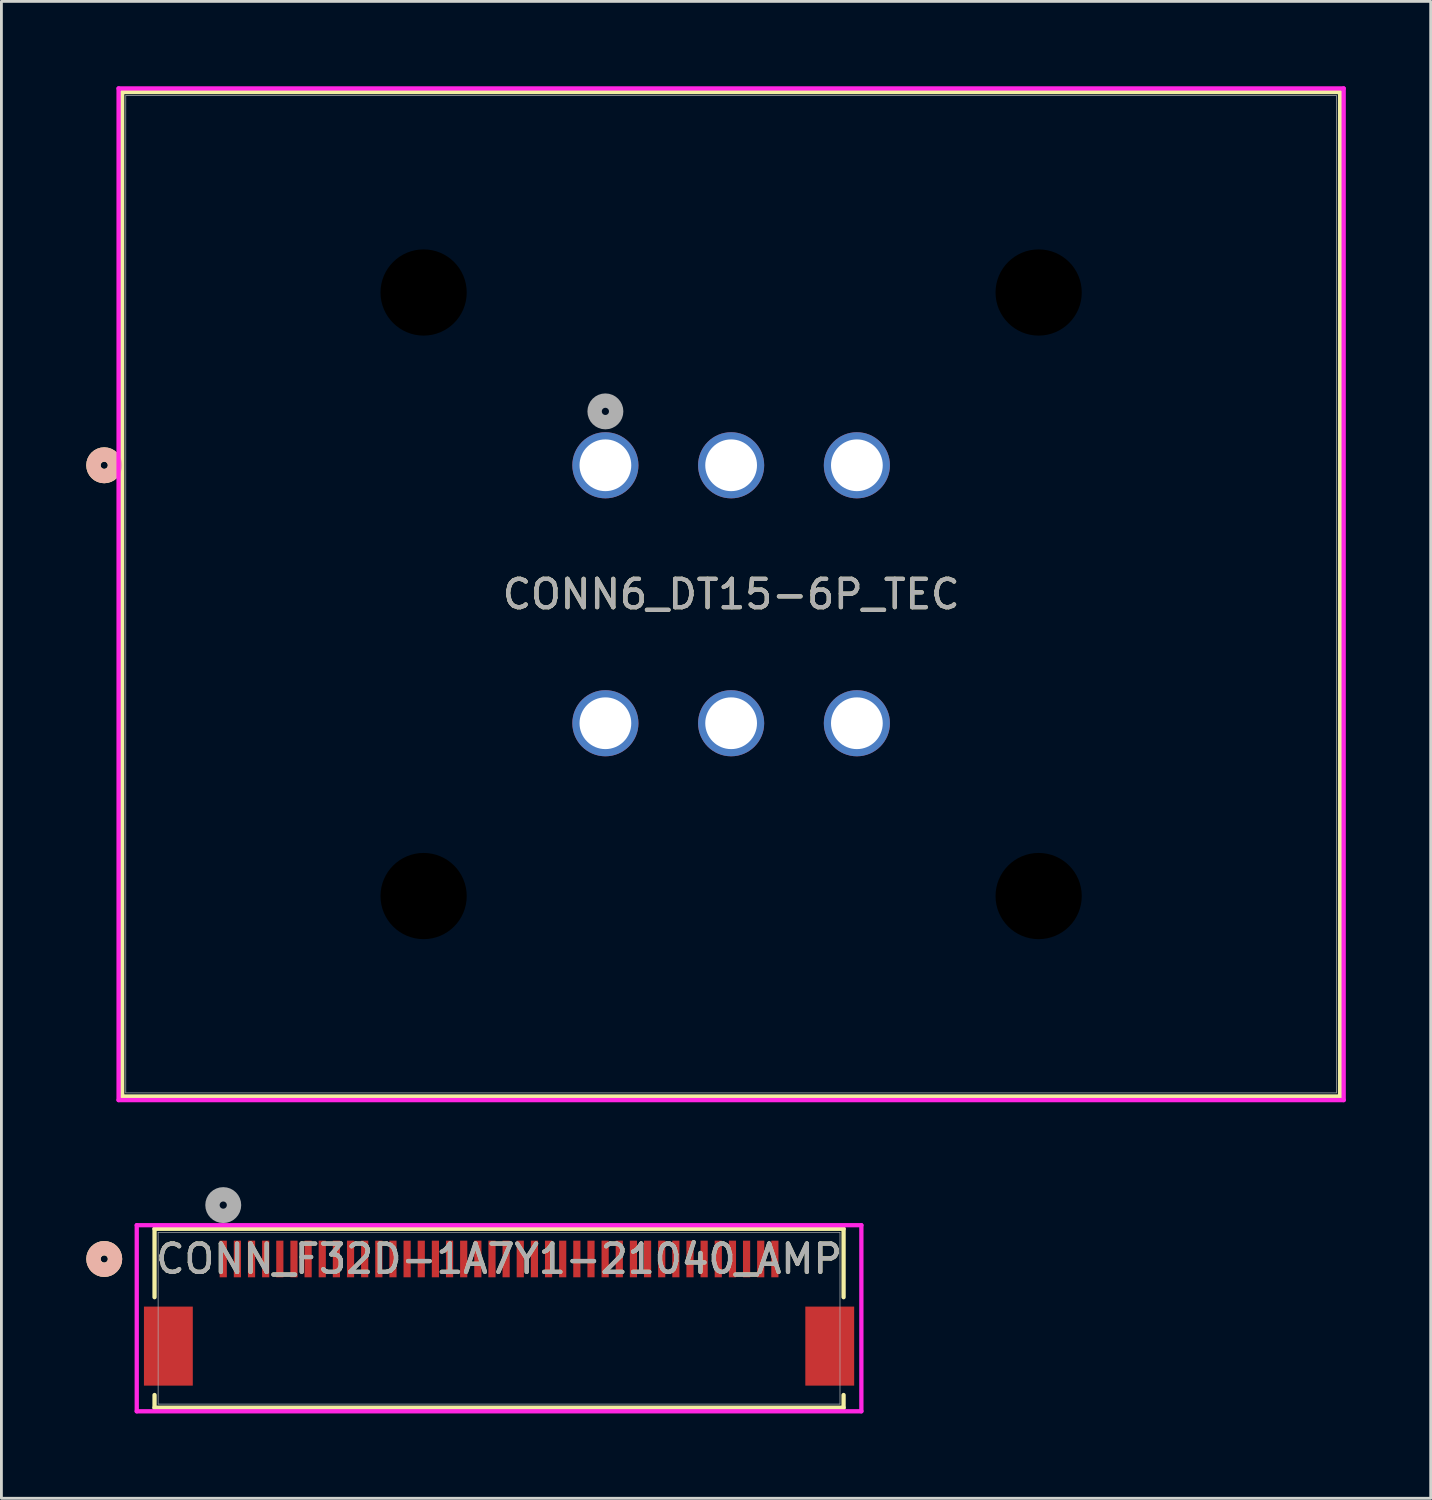
<source format=kicad_pcb>
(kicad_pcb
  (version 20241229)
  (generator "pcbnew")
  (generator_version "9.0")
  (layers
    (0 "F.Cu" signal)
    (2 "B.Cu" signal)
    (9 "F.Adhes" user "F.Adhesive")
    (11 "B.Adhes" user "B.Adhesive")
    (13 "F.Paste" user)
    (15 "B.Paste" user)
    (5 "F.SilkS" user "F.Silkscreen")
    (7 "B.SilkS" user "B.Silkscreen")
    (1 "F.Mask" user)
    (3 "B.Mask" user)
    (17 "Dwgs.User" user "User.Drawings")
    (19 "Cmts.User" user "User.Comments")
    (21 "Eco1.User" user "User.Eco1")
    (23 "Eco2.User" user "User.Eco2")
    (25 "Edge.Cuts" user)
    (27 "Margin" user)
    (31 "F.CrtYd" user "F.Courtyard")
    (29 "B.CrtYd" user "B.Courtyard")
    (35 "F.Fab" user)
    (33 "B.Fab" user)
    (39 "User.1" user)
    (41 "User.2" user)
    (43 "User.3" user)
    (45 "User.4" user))
  (footprint "CONN_F32D-1A7Y1-21040_AMP"
    (layer "F.Cu")
    (at 14.592 43.551)
    (property "Reference" "CONN_F32D-1A7Y1-21040_AMP" (at 0 -2.095 0) (unlocked yes) (layer "F.SilkS") (effects (font (size 1 1) (thickness 0.15))))
    (attr smd)
    (fp_line (start -12.179 -3.162) (end -12.179 -0.745) (stroke (width 0.152) (type solid)) (layer "F.SilkS"))
    (fp_line (start -12.179 2.714) (end -12.179 3.162) (stroke (width 0.152) (type solid)) (layer "F.SilkS"))
    (fp_line (start -12.179 3.162) (end 12.179 3.162) (stroke (width 0.152) (type solid)) (layer "F.SilkS"))
    (fp_line (start 12.179 -3.162) (end -12.179 -3.162) (stroke (width 0.152) (type solid)) (layer "F.SilkS"))
    (fp_line (start 12.179 -0.745) (end 12.179 -3.162) (stroke (width 0.152) (type solid)) (layer "F.SilkS"))
    (fp_line (start 12.179 3.162) (end 12.179 2.714) (stroke (width 0.152) (type solid)) (layer "F.SilkS"))
    (fp_circle (center -13.957 -2.095) (end -13.576 -2.095) (stroke (width 0.508) (type solid)) (fill no) (layer "F.SilkS"))
    (fp_circle (center -13.957 -2.095) (end -13.576 -2.095) (stroke (width 0.508) (type solid)) (fill no) (layer "B.SilkS"))
    (fp_line (start -12.808 -3.289) (end -12.808 3.289) (stroke (width 0.152) (type solid)) (layer "F.CrtYd"))
    (fp_line (start -12.808 3.289) (end 12.808 3.289) (stroke (width 0.152) (type solid)) (layer "F.CrtYd"))
    (fp_line (start 12.808 -3.289) (end -12.808 -3.289) (stroke (width 0.152) (type solid)) (layer "F.CrtYd"))
    (fp_line (start 12.808 3.289) (end 12.808 -3.289) (stroke (width 0.152) (type solid)) (layer "F.CrtYd"))
    (fp_line (start -12.052 -3.035) (end -12.052 3.035) (stroke (width 0.025) (type solid)) (layer "F.Fab"))
    (fp_line (start -12.052 3.035) (end 12.052 3.035) (stroke (width 0.025) (type solid)) (layer "F.Fab"))
    (fp_line (start 12.052 -3.035) (end -12.052 -3.035) (stroke (width 0.025) (type solid)) (layer "F.Fab"))
    (fp_line (start 12.052 3.035) (end 12.052 -3.035) (stroke (width 0.025) (type solid)) (layer "F.Fab"))
    (fp_circle (center -9.75 -4) (end -9.369 -4) (stroke (width 0.508) (type solid)) (fill no) (layer "F.Fab"))
    (fp_text user "${REFERENCE}" (at 0 -2.095 0) (unlocked yes) (layer "F.Fab") (effects (font (size 1 1) (thickness 0.15))))
    (pad "1" smd rect (at -9.75 -2.095) (size 0.254 1.295) (layers "F.Cu" "F.Mask" "F.Paste"))
    (pad "2" smd rect (at -9.25 -2.095) (size 0.254 1.295) (layers "F.Cu" "F.Mask" "F.Paste"))
    (pad "3" smd rect (at -8.75 -2.095) (size 0.254 1.295) (layers "F.Cu" "F.Mask" "F.Paste"))
    (pad "4" smd rect (at -8.25 -2.095) (size 0.254 1.295) (layers "F.Cu" "F.Mask" "F.Paste"))
    (pad "5" smd rect (at -7.75 -2.095) (size 0.254 1.295) (layers "F.Cu" "F.Mask" "F.Paste"))
    (pad "6" smd rect (at -7.25 -2.095) (size 0.254 1.295) (layers "F.Cu" "F.Mask" "F.Paste"))
    (pad "7" smd rect (at -6.75 -2.095) (size 0.254 1.295) (layers "F.Cu" "F.Mask" "F.Paste"))
    (pad "8" smd rect (at -6.25 -2.095) (size 0.254 1.295) (layers "F.Cu" "F.Mask" "F.Paste"))
    (pad "9" smd rect (at -5.75 -2.095) (size 0.254 1.295) (layers "F.Cu" "F.Mask" "F.Paste"))
    (pad "10" smd rect (at -5.25 -2.095) (size 0.254 1.295) (layers "F.Cu" "F.Mask" "F.Paste"))
    (pad "11" smd rect (at -4.75 -2.095) (size 0.254 1.295) (layers "F.Cu" "F.Mask" "F.Paste"))
    (pad "12" smd rect (at -4.25 -2.095) (size 0.254 1.295) (layers "F.Cu" "F.Mask" "F.Paste"))
    (pad "13" smd rect (at -3.75 -2.095) (size 0.254 1.295) (layers "F.Cu" "F.Mask" "F.Paste"))
    (pad "14" smd rect (at -3.25 -2.095) (size 0.254 1.295) (layers "F.Cu" "F.Mask" "F.Paste"))
    (pad "15" smd rect (at -2.75 -2.095) (size 0.254 1.295) (layers "F.Cu" "F.Mask" "F.Paste"))
    (pad "16" smd rect (at -2.25 -2.095) (size 0.254 1.295) (layers "F.Cu" "F.Mask" "F.Paste"))
    (pad "17" smd rect (at -1.75 -2.095) (size 0.254 1.295) (layers "F.Cu" "F.Mask" "F.Paste"))
    (pad "18" smd rect (at -1.25 -2.095) (size 0.254 1.295) (layers "F.Cu" "F.Mask" "F.Paste"))
    (pad "19" smd rect (at -0.75 -2.095) (size 0.254 1.295) (layers "F.Cu" "F.Mask" "F.Paste"))
    (pad "20" smd rect (at -0.25 -2.095) (size 0.254 1.295) (layers "F.Cu" "F.Mask" "F.Paste"))
    (pad "21" smd rect (at 0.25 -2.095) (size 0.254 1.295) (layers "F.Cu" "F.Mask" "F.Paste"))
    (pad "22" smd rect (at 0.75 -2.095) (size 0.254 1.295) (layers "F.Cu" "F.Mask" "F.Paste"))
    (pad "23" smd rect (at 1.25 -2.095) (size 0.254 1.295) (layers "F.Cu" "F.Mask" "F.Paste"))
    (pad "24" smd rect (at 1.75 -2.095) (size 0.254 1.295) (layers "F.Cu" "F.Mask" "F.Paste"))
    (pad "25" smd rect (at 2.25 -2.095) (size 0.254 1.295) (layers "F.Cu" "F.Mask" "F.Paste"))
    (pad "26" smd rect (at 2.75 -2.095) (size 0.254 1.295) (layers "F.Cu" "F.Mask" "F.Paste"))
    (pad "27" smd rect (at 3.25 -2.095) (size 0.254 1.295) (layers "F.Cu" "F.Mask" "F.Paste"))
    (pad "28" smd rect (at 3.75 -2.095) (size 0.254 1.295) (layers "F.Cu" "F.Mask" "F.Paste"))
    (pad "29" smd rect (at 4.25 -2.095) (size 0.254 1.295) (layers "F.Cu" "F.Mask" "F.Paste"))
    (pad "30" smd rect (at 4.75 -2.095) (size 0.254 1.295) (layers "F.Cu" "F.Mask" "F.Paste"))
    (pad "31" smd rect (at 5.25 -2.095) (size 0.254 1.295) (layers "F.Cu" "F.Mask" "F.Paste"))
    (pad "32" smd rect (at 5.75 -2.095) (size 0.254 1.295) (layers "F.Cu" "F.Mask" "F.Paste"))
    (pad "33" smd rect (at 6.25 -2.095) (size 0.254 1.295) (layers "F.Cu" "F.Mask" "F.Paste"))
    (pad "34" smd rect (at 6.75 -2.095) (size 0.254 1.295) (layers "F.Cu" "F.Mask" "F.Paste"))
    (pad "35" smd rect (at 7.25 -2.095) (size 0.254 1.295) (layers "F.Cu" "F.Mask" "F.Paste"))
    (pad "36" smd rect (at 7.75 -2.095) (size 0.254 1.295) (layers "F.Cu" "F.Mask" "F.Paste"))
    (pad "37" smd rect (at 8.25 -2.095) (size 0.254 1.295) (layers "F.Cu" "F.Mask" "F.Paste"))
    (pad "38" smd rect (at 8.75 -2.095) (size 0.254 1.295) (layers "F.Cu" "F.Mask" "F.Paste"))
    (pad "39" smd rect (at 9.25 -2.095) (size 0.254 1.295) (layers "F.Cu" "F.Mask" "F.Paste"))
    (pad "40" smd rect (at 9.75 -2.095) (size 0.254 1.295) (layers "F.Cu" "F.Mask" "F.Paste"))
    (pad "41" smd rect (at -11.69 0.985) (size 1.727 2.794) (layers "F.Cu" "F.Mask" "F.Paste"))
    (pad "42" smd rect (at 11.69 0.985) (size 1.727 2.794) (layers "F.Cu" "F.Mask" "F.Paste")))
  (footprint "CONN6_DT15-6P_TEC"
    (layer "F.Cu")
    (at 27.241 22.517)
    (property "Reference" "CONN6_DT15-6P_TEC" (at -4.445 -4.559 0) (unlocked yes) (layer "F.SilkS") (effects (font (size 1 1) (thickness 0.15))))
    (attr through_hole)
    (fp_line (start -25.971 -22.314) (end -25.971 13.195) (stroke (width 0.152) (type solid)) (layer "F.SilkS"))
    (fp_line (start -25.971 13.195) (end 17.081 13.195) (stroke (width 0.152) (type solid)) (layer "F.SilkS"))
    (fp_line (start 17.081 -22.314) (end -25.971 -22.314) (stroke (width 0.152) (type solid)) (layer "F.SilkS"))
    (fp_line (start 17.081 13.195) (end 17.081 -22.314) (stroke (width 0.152) (type solid)) (layer "F.SilkS"))
    (fp_circle (center -26.607 -9.119) (end -26.226 -9.119) (stroke (width 0.508) (type solid)) (fill no) (layer "F.SilkS"))
    (fp_circle (center -26.607 -9.119) (end -26.226 -9.119) (stroke (width 0.508) (type solid)) (fill no) (layer "B.SilkS"))
    (fp_line (start -26.099 -22.441) (end -26.099 13.322) (stroke (width 0.152) (type solid)) (layer "F.CrtYd"))
    (fp_line (start -26.099 13.322) (end 17.209 13.322) (stroke (width 0.152) (type solid)) (layer "F.CrtYd"))
    (fp_line (start 17.209 -22.441) (end -26.099 -22.441) (stroke (width 0.152) (type solid)) (layer "F.CrtYd"))
    (fp_line (start 17.209 13.322) (end 17.209 -22.441) (stroke (width 0.152) (type solid)) (layer "F.CrtYd"))
    (fp_line (start -25.845 -22.187) (end -25.845 13.068) (stroke (width 0.025) (type solid)) (layer "F.Fab"))
    (fp_line (start -25.845 13.068) (end 16.954 13.068) (stroke (width 0.025) (type solid)) (layer "F.Fab"))
    (fp_line (start 16.954 -22.187) (end -25.845 -22.187) (stroke (width 0.025) (type solid)) (layer "F.Fab"))
    (fp_line (start 16.954 13.068) (end 16.954 -22.187) (stroke (width 0.025) (type solid)) (layer "F.Fab"))
    (fp_circle (center -8.89 -11.024) (end -8.509 -11.024) (stroke (width 0.508) (type solid)) (fill no) (layer "F.Fab"))
    (fp_text user "${REFERENCE}" (at -4.445 -4.559 0) (unlocked yes) (layer "F.Fab") (effects (font (size 1 1) (thickness 0.15))))
    (pad "" np_thru_hole circle (at -15.316 -15.227) (size 3.048 3.048) (drill 3.048) (layers))
    (pad "" np_thru_hole circle (at -15.316 6.109) (size 3.048 3.048) (drill 3.048) (layers))
    (pad "" np_thru_hole circle (at 6.426 -15.227) (size 3.048 3.048) (drill 3.048) (layers))
    (pad "" np_thru_hole circle (at 6.426 6.109) (size 3.048 3.048) (drill 3.048) (layers))
    (pad "1" thru_hole circle (at -8.89 -9.119) (size 2.337 2.337) (drill 1.829) (layers "*.Cu" "*.Mask"))
    (pad "2" thru_hole circle (at -4.445 -9.119) (size 2.337 2.337) (drill 1.829) (layers "*.Cu" "*.Mask"))
    (pad "3" thru_hole circle (at 0 -9.119) (size 2.337 2.337) (drill 1.829) (layers "*.Cu" "*.Mask"))
    (pad "4" thru_hole circle (at 0 0) (size 2.337 2.337) (drill 1.829) (layers "*.Cu" "*.Mask"))
    (pad "5" thru_hole circle (at -4.445 0) (size 2.337 2.337) (drill 1.829) (layers "*.Cu" "*.Mask"))
    (pad "6" thru_hole circle (at -8.89 0) (size 2.337 2.337) (drill 1.829) (layers "*.Cu" "*.Mask"))
    (zone (net_name "") (layer "F.Cu") (hatch full 0.508) (connect_pads) (min_thickness 0.254) (filled_areas_thickness no) (keepout (tracks not_allowed) (vias not_allowed) (pads allowed) (copperpour not_allowed) (footprints allowed)) (placement (enabled no)) (fill) (polygon (pts (xy 10.198 23.05) (xy 13.652 23.05) (xy 17.361 26.607) (xy 17.361 30.416) (xy 13.652 34.227) (xy 10.198 34.227) (xy 6.617 30.416) (xy 6.617 26.607))))
    (zone (net_name "") (layer "F.Cu") (hatch full 0.508) (connect_pads) (min_thickness 0.254) (filled_areas_thickness no) (keepout (tracks not_allowed) (vias not_allowed) (pads allowed) (copperpour not_allowed) (footprints allowed)) (placement (enabled no)) (fill) (polygon (pts (xy 10.427 1.664) (xy 13.881 1.664) (xy 17.59 5.22) (xy 17.59 9.03) (xy 13.881 12.84) (xy 10.427 12.84) (xy 6.845 9.03) (xy 6.845 5.22))))
    (zone (net_name "") (layer "F.Cu") (hatch full 0.508) (connect_pads) (min_thickness 0.254) (filled_areas_thickness no) (keepout (tracks not_allowed) (vias not_allowed) (pads allowed) (copperpour not_allowed) (footprints allowed)) (placement (enabled no)) (fill) (polygon (pts (xy 31.941 23.05) (xy 35.395 23.05) (xy 39.103 26.607) (xy 39.103 30.416) (xy 35.395 34.227) (xy 31.941 34.227) (xy 28.359 30.416) (xy 28.359 26.607))))
    (zone (net_name "") (layer "F.Cu") (hatch full 0.508) (connect_pads) (min_thickness 0.254) (filled_areas_thickness no) (keepout (tracks not_allowed) (vias not_allowed) (pads allowed) (copperpour not_allowed) (footprints allowed)) (placement (enabled no)) (fill) (polygon (pts (xy 32.194 1.892) (xy 35.649 1.892) (xy 39.357 5.448) (xy 39.357 9.258) (xy 35.649 13.068) (xy 32.194 13.068) (xy 28.613 9.258) (xy 28.613 5.448)))))
  (gr_rect
    (start -3 -3)
    (end 47.526 49.916)
    (stroke (width 0.1) (type default))
    (fill no)
    (layer "Edge.Cuts")))
</source>
